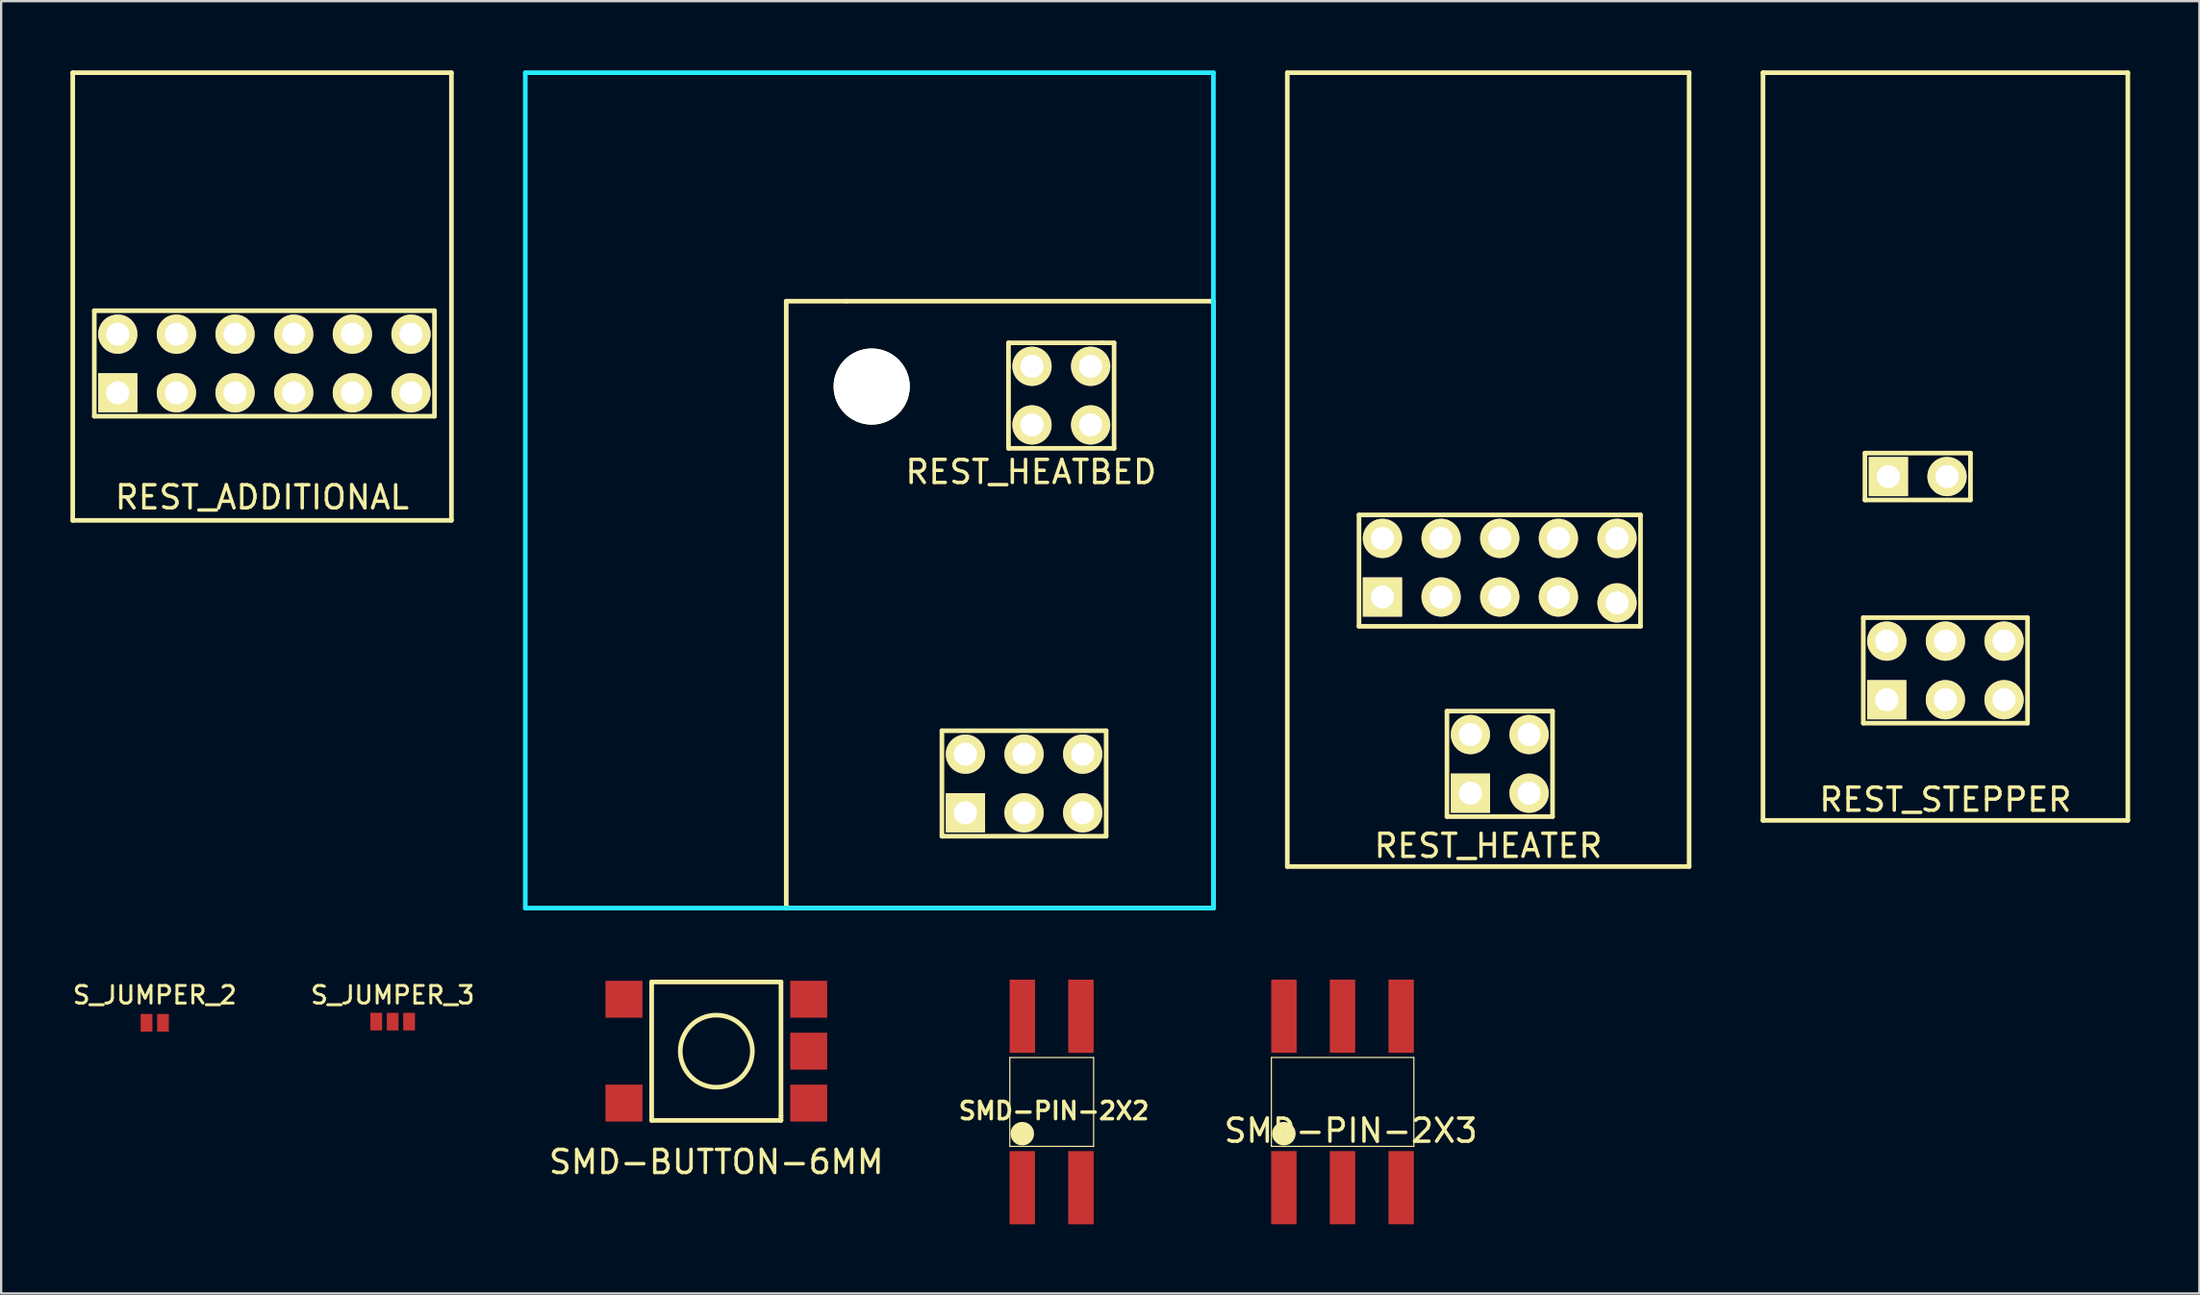
<source format=kicad_pcb>
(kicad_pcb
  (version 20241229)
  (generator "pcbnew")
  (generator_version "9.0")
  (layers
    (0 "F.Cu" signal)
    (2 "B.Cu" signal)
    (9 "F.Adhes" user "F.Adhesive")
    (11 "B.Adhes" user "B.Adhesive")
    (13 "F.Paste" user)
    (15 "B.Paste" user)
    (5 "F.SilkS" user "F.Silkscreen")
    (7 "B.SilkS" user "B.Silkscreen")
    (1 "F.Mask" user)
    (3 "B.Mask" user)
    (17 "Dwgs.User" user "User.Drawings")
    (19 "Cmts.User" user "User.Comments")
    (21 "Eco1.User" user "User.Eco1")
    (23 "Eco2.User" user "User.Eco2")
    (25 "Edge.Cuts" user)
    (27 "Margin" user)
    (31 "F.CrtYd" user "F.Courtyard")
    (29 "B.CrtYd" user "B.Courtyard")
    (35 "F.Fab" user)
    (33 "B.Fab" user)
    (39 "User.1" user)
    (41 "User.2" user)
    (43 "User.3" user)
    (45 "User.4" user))
  (footprint "SMD-PIN-2X2"
    (layer "F.Cu")
    (at 42.472 44.525)
    (property "Reference" "SMD-PIN-2X2" (at 0.12 0.56 0) (layer "F.SilkS") (effects (font (size 0.75 0.75) (thickness 0.15))))
    (attr through_hole)
    (fp_line (start -1.79 -1.75) (end -1.79 2.1) (stroke (width 0.05) (type solid)) (layer "F.SilkS"))
    (fp_line (start 1.84 -1.75) (end -1.79 -1.75) (stroke (width 0.05) (type solid)) (layer "F.SilkS"))
    (fp_line (start 1.84 -1.75) (end 1.84 2.1) (stroke (width 0.05) (type solid)) (layer "F.SilkS"))
    (fp_line (start 1.84 2.1) (end -1.79 2.1) (stroke (width 0.05) (type solid)) (layer "F.SilkS"))
    (fp_circle (center -1.25 1.55) (end -1.25 1.54) (stroke (width 0.5) (type solid)) (fill no) (layer "F.SilkS"))
    (pad "1" smd rect (at -1.25 3.89) (size 1.1 3.17) (layers "F.Cu" "F.Mask" "F.Paste"))
    (pad "2" smd rect (at -1.247 -3.539) (size 1.1 3.17) (layers "F.Cu" "F.Mask" "F.Paste"))
    (pad "3" smd rect (at 1.29 3.89) (size 1.1 3.17) (layers "F.Cu" "F.Mask" "F.Paste"))
    (pad "4" smd rect (at 1.29 -3.539) (size 1.1 3.17) (layers "F.Cu" "F.Mask" "F.Paste")))
  (footprint "SMD-PIN-2X3"
    (layer "F.Cu")
    (at 57.63 44.694)
    (property "Reference" "SMD-PIN-2X3" (at -2.18 1.25 0) (layer "F.SilkS") (effects (font (size 1 1) (thickness 0.15))))
    (attr through_hole)
    (fp_line (start -5.62 -1.92) (end -5.62 1.93) (stroke (width 0.05) (type solid)) (layer "F.SilkS"))
    (fp_line (start -5.62 -1.92) (end 0.55 -1.92) (stroke (width 0.05) (type solid)) (layer "F.SilkS"))
    (fp_line (start 0.55 -1.92) (end 0.55 1.93) (stroke (width 0.05) (type solid)) (layer "F.SilkS"))
    (fp_line (start 0.55 1.93) (end -5.62 1.93) (stroke (width 0.05) (type solid)) (layer "F.SilkS"))
    (fp_circle (center -5.08 1.38) (end -5.08 1.37) (stroke (width 0.5) (type solid)) (fill no) (layer "F.SilkS"))
    (pad "1" smd rect (at -5.08 3.72) (size 1.1 3.17) (layers "F.Cu" "F.Mask" "F.Paste"))
    (pad "2" smd rect (at -5.077 -3.709) (size 1.1 3.17) (layers "F.Cu" "F.Mask" "F.Paste"))
    (pad "3" smd rect (at -2.54 3.72) (size 1.1 3.17) (layers "F.Cu" "F.Mask" "F.Paste"))
    (pad "4" smd rect (at -2.54 -3.709) (size 1.1 3.17) (layers "F.Cu" "F.Mask" "F.Paste"))
    (pad "5" smd rect (at 0 3.72) (size 1.1 3.17) (layers "F.Cu" "F.Mask" "F.Paste"))
    (pad "6" smd rect (at 0 -3.709) (size 1.1 3.17) (layers "F.Cu" "F.Mask" "F.Paste")))
  (footprint "SMD-BUTTON-6MM"
    (layer "F.Cu")
    (at 27.972 42.5)
    (property "Reference" "SMD-BUTTON-6MM" (at 0 4.8 0) (layer "F.SilkS") (effects (font (size 1 1) (thickness 0.15))))
    (attr through_hole)
    (fp_line (start -2.8 -3) (end 2.8 -3) (stroke (width 0.2) (type solid)) (layer "F.SilkS"))
    (fp_line (start -2.8 3) (end -2.8 -3) (stroke (width 0.2) (type solid)) (layer "F.SilkS"))
    (fp_line (start 2.8 -3) (end 2.8 2.8) (stroke (width 0.2) (type solid)) (layer "F.SilkS"))
    (fp_line (start 2.8 2.8) (end 2.8 3) (stroke (width 0.2) (type solid)) (layer "F.SilkS"))
    (fp_line (start 2.8 3) (end -2.8 3) (stroke (width 0.2) (type solid)) (layer "F.SilkS"))
    (fp_circle (center 0 0) (end 1.2 -1) (stroke (width 0.2) (type solid)) (fill no) (layer "F.SilkS"))
    (pad "" smd rect (at 4 0) (size 1.6 1.6) (layers "F.Cu" "F.Mask" "F.Paste"))
    (pad "1" smd rect (at -4 -2.25) (size 1.6 1.6) (layers "F.Cu" "F.Mask" "F.Paste"))
    (pad "2" smd rect (at 4 -2.25) (size 1.6 1.6) (layers "F.Cu" "F.Mask" "F.Paste"))
    (pad "3" smd rect (at 4 2.25) (size 1.6 1.6) (layers "F.Cu" "F.Mask" "F.Paste"))
    (pad "4" smd rect (at -4 2.25) (size 1.6 1.6) (layers "F.Cu" "F.Mask" "F.Paste")))
  (footprint "REST_HEATBED"
    (layer "F.Cu")
    (at 34.6 18.2)
    (property "Reference" "REST_HEATBED" (at 7 -0.8 0) (layer "F.SilkS") (effects (font (size 1 1) (thickness 0.15))))
    (attr through_hole)
    (fp_line (start -3.6 -8.2) (end -3.6 18) (stroke (width 0.2) (type solid)) (layer "F.SilkS"))
    (fp_line (start -3.6 18.1) (end -3.6 18) (stroke (width 0.2) (type solid)) (layer "F.SilkS"))
    (fp_line (start -1 -8.2) (end -3.6 -8.2) (stroke (width 0.2) (type solid)) (layer "F.SilkS"))
    (fp_line (start 3.142 10.414) (end 10.254 10.414) (stroke (width 0.2) (type solid)) (layer "F.SilkS"))
    (fp_line (start 3.142 14.986) (end 3.142 10.414) (stroke (width 0.2) (type solid)) (layer "F.SilkS"))
    (fp_line (start 6.026 -6.394) (end 10.09 -6.394) (stroke (width 0.2) (type solid)) (layer "F.SilkS"))
    (fp_line (start 6.026 -5.378) (end 6.026 -6.394) (stroke (width 0.2) (type solid)) (layer "F.SilkS"))
    (fp_line (start 6.026 -1.822) (end 6.026 -5.378) (stroke (width 0.2) (type solid)) (layer "F.SilkS"))
    (fp_line (start 10.09 -6.394) (end 10.598 -6.394) (stroke (width 0.2) (type solid)) (layer "F.SilkS"))
    (fp_line (start 10.254 10.414) (end 10.254 14.986) (stroke (width 0.2) (type solid)) (layer "F.SilkS"))
    (fp_line (start 10.254 14.986) (end 3.142 14.986) (stroke (width 0.2) (type solid)) (layer "F.SilkS"))
    (fp_line (start 10.598 -6.394) (end 10.598 -1.822) (stroke (width 0.2) (type solid)) (layer "F.SilkS"))
    (fp_line (start 10.598 -1.822) (end 6.026 -1.822) (stroke (width 0.2) (type solid)) (layer "F.SilkS"))
    (fp_line (start 14.8 -8.2) (end -1 -8.2) (stroke (width 0.2) (type solid)) (layer "F.SilkS"))
    (fp_line (start 14.8 -8.2) (end 14.9 -8.2) (stroke (width 0.2) (type solid)) (layer "F.SilkS"))
    (fp_line (start 14.9 -8.2) (end 14.9 18.1) (stroke (width 0.2) (type solid)) (layer "F.SilkS"))
    (fp_line (start 14.9 18.1) (end -3.6 18.1) (stroke (width 0.2) (type solid)) (layer "F.SilkS"))
    (fp_line (start -14.9 -18.1) (end 14.9 -18.1) (stroke (width 0.2) (type solid)) (layer "B.CrtYd"))
    (fp_line (start -14.9 18.1) (end -14.9 -18.1) (stroke (width 0.2) (type solid)) (layer "B.CrtYd"))
    (fp_line (start -3.6 18.1) (end -14.9 18.1) (stroke (width 0.2) (type solid)) (layer "B.CrtYd"))
    (fp_line (start 14.9 -18.1) (end 14.9 -8.2) (stroke (width 0.2) (type solid)) (layer "B.CrtYd"))
    (fp_line (start 14.9 -8.2) (end 14.9 18.1) (stroke (width 0.2) (type solid)) (layer "B.CrtYd"))
    (fp_line (start 14.9 18.1) (end -3.6 18.1) (stroke (width 0.2) (type solid)) (layer "B.CrtYd"))
    (pad "" np_thru_hole circle (at 0.1 -4.5) (size 3.3 3.3) (drill 3.3) (layers "*.Cu" "*.Mask" "F.SilkS"))
    (pad "" np_thru_hole circle (at 7.042 -5.378) (size 1.7 1.7) (drill 1) (layers "*.Cu" "*.Mask" "F.SilkS"))
    (pad "" np_thru_hole circle (at 7.042 -2.838) (size 1.7 1.7) (drill 1) (layers "*.Cu" "*.Mask" "F.SilkS"))
    (pad "" np_thru_hole circle (at 9.582 -5.378) (size 1.7 1.7) (drill 1) (layers "*.Cu" "*.Mask" "F.SilkS"))
    (pad "" np_thru_hole circle (at 9.582 -2.838) (size 1.7 1.7) (drill 1) (layers "*.Cu" "*.Mask" "F.SilkS"))
    (pad "1" thru_hole rect (at 4.16 13.97) (size 1.7 1.7) (drill 1) (layers "*.Cu" "*.Mask" "F.SilkS"))
    (pad "2" thru_hole circle (at 4.16 11.43) (size 1.7 1.7) (drill 1) (layers "*.Cu" "*.Mask" "F.SilkS"))
    (pad "3" thru_hole circle (at 6.698 13.97) (size 1.7 1.7) (drill 1) (layers "*.Cu" "*.Mask" "F.SilkS"))
    (pad "4" thru_hole circle (at 6.698 11.43) (size 1.7 1.7) (drill 1) (layers "*.Cu" "*.Mask" "F.SilkS"))
    (pad "5" thru_hole circle (at 9.238 13.97) (size 1.7 1.7) (drill 1) (layers "*.Cu" "*.Mask" "F.SilkS"))
    (pad "6" thru_hole circle (at 9.238 11.43) (size 1.7 1.7) (drill 1) (layers "*.Cu" "*.Mask" "F.SilkS")))
  (footprint "REST_STEPPER"
    (layer "F.Cu")
    (at 81.2 16.3)
    (property "Reference" "REST_STEPPER" (at 0 15.3 0) (layer "F.SilkS") (effects (font (size 1 1) (thickness 0.15))))
    (attr through_hole)
    (fp_line (start -7.9 -16.2) (end -7.9 16.2) (stroke (width 0.2) (type solid)) (layer "F.SilkS"))
    (fp_line (start -7.9 16.2) (end 7.9 16.2) (stroke (width 0.2) (type solid)) (layer "F.SilkS"))
    (fp_line (start -3.556 7.414) (end 3.556 7.414) (stroke (width 0.2) (type solid)) (layer "F.SilkS"))
    (fp_line (start -3.556 11.986) (end -3.556 7.414) (stroke (width 0.2) (type solid)) (layer "F.SilkS"))
    (fp_line (start -3.486 0.284) (end 1.086 0.284) (stroke (width 0.2) (type solid)) (layer "F.SilkS"))
    (fp_line (start -3.486 2.316) (end -3.486 0.284) (stroke (width 0.2) (type solid)) (layer "F.SilkS"))
    (fp_line (start 1.086 0.284) (end 1.086 2.316) (stroke (width 0.2) (type solid)) (layer "F.SilkS"))
    (fp_line (start 1.086 2.316) (end -3.486 2.316) (stroke (width 0.2) (type solid)) (layer "F.SilkS"))
    (fp_line (start 3.556 7.414) (end 3.556 11.986) (stroke (width 0.2) (type solid)) (layer "F.SilkS"))
    (fp_line (start 3.556 11.986) (end -3.556 11.986) (stroke (width 0.2) (type solid)) (layer "F.SilkS"))
    (fp_line (start 7.9 -16.2) (end -7.9 -16.2) (stroke (width 0.2) (type solid)) (layer "F.SilkS"))
    (fp_line (start 7.9 16.2) (end 7.9 -16.2) (stroke (width 0.2) (type solid)) (layer "F.SilkS"))
    (pad "1" thru_hole rect (at -2.54 10.97) (size 1.7 1.7) (drill 1) (layers "*.Cu" "*.Mask" "F.SilkS"))
    (pad "2" thru_hole circle (at -2.54 8.43) (size 1.7 1.7) (drill 1) (layers "*.Cu" "*.Mask" "F.SilkS"))
    (pad "3" thru_hole circle (at 0 10.97) (size 1.7 1.7) (drill 1) (layers "*.Cu" "*.Mask" "F.SilkS"))
    (pad "4" thru_hole circle (at 0 8.43) (size 1.7 1.7) (drill 1) (layers "*.Cu" "*.Mask" "F.SilkS"))
    (pad "5" thru_hole circle (at 2.54 10.97) (size 1.7 1.7) (drill 1) (layers "*.Cu" "*.Mask" "F.SilkS"))
    (pad "6" thru_hole circle (at 2.54 8.43) (size 1.7 1.7) (drill 1) (layers "*.Cu" "*.Mask" "F.SilkS"))
    (pad "7" thru_hole rect (at -2.47 1.3) (size 1.7 1.7) (drill 1) (layers "*.Cu" "*.Mask" "F.SilkS"))
    (pad "8" thru_hole circle (at 0.07 1.3) (size 1.7 1.7) (drill 1) (layers "*.Cu" "*.Mask" "F.SilkS")))
  (footprint "REST_ADDITIONAL"
    (layer "F.Cu")
    (at 8.3 9.8)
    (property "Reference" "REST_ADDITIONAL" (at 0 8.7 0) (layer "F.SilkS") (effects (font (size 1 1) (thickness 0.15))))
    (attr through_hole)
    (fp_line (start -8.2 9.7) (end -8.2 -9.7) (stroke (width 0.2) (type solid)) (layer "F.SilkS"))
    (fp_line (start -7.266 0.614) (end -7.266 5.186) (stroke (width 0.2) (type solid)) (layer "F.SilkS"))
    (fp_line (start -7.266 0.614) (end 7.466 0.614) (stroke (width 0.2) (type solid)) (layer "F.SilkS"))
    (fp_line (start -7.266 5.186) (end 7.466 5.186) (stroke (width 0.2) (type solid)) (layer "F.SilkS"))
    (fp_line (start 7.466 0.614) (end 7.466 5.186) (stroke (width 0.2) (type solid)) (layer "F.SilkS"))
    (fp_line (start 8.2 -9.7) (end -8.2 -9.7) (stroke (width 0.2) (type solid)) (layer "F.SilkS"))
    (fp_line (start 8.2 9.7) (end -8.2 9.7) (stroke (width 0.2) (type solid)) (layer "F.SilkS"))
    (fp_line (start 8.2 9.7) (end 8.2 -9.7) (stroke (width 0.2) (type solid)) (layer "F.SilkS"))
    (pad "1" thru_hole rect (at -6.25 4.17) (size 1.7 1.7) (drill 1) (layers "*.Cu" "*.Mask" "F.SilkS"))
    (pad "2" thru_hole circle (at -6.25 1.63) (size 1.7 1.7) (drill 1) (layers "*.Cu" "*.Mask" "F.SilkS"))
    (pad "3" thru_hole circle (at -3.71 4.17) (size 1.7 1.7) (drill 1) (layers "*.Cu" "*.Mask" "F.SilkS"))
    (pad "4" thru_hole circle (at -3.71 1.63) (size 1.7 1.7) (drill 1) (layers "*.Cu" "*.Mask" "F.SilkS"))
    (pad "5" thru_hole circle (at -1.17 4.17) (size 1.7 1.7) (drill 1) (layers "*.Cu" "*.Mask" "F.SilkS"))
    (pad "6" thru_hole circle (at -1.17 1.63) (size 1.7 1.7) (drill 1) (layers "*.Cu" "*.Mask" "F.SilkS"))
    (pad "7" thru_hole circle (at 1.37 4.17) (size 1.7 1.7) (drill 1) (layers "*.Cu" "*.Mask" "F.SilkS"))
    (pad "8" thru_hole circle (at 1.37 1.63) (size 1.7 1.7) (drill 1) (layers "*.Cu" "*.Mask" "F.SilkS"))
    (pad "9" thru_hole circle (at 3.91 4.17) (size 1.7 1.7) (drill 1) (layers "*.Cu" "*.Mask" "F.SilkS"))
    (pad "10" thru_hole circle (at 3.91 1.63) (size 1.7 1.7) (drill 1) (layers "*.Cu" "*.Mask" "F.SilkS"))
    (pad "11" thru_hole circle (at 6.45 4.17) (size 1.7 1.7) (drill 1) (layers "*.Cu" "*.Mask" "F.SilkS"))
    (pad "12" thru_hole circle (at 6.45 1.63) (size 1.7 1.7) (drill 1) (layers "*.Cu" "*.Mask" "F.SilkS")))
  (footprint "S_JUMPER_3"
    (layer "F.Cu")
    (at 13.956 41.219)
    (property "Reference" "S_JUMPER_3" (at 0 -1.15 0) (layer "F.SilkS") (effects (font (size 0.762 0.762) (thickness 0.127))))
    (attr through_hole)
    (pad "1" smd rect (at -0.711 0) (size 0.508 0.762) (layers "F.Cu" "F.Mask" "F.Paste"))
    (pad "2" smd rect (at 0 0) (size 0.508 0.762) (layers "F.Cu" "F.Mask" "F.Paste"))
    (pad "3" smd rect (at 0.711 0) (size 0.508 0.762) (layers "F.Cu" "F.Mask" "F.Paste")))
  (footprint "REST_HEATER"
    (layer "F.Cu")
    (at 61.4 17.3)
    (property "Reference" "REST_HEATER" (at 0 16.3 0) (layer "F.SilkS") (effects (font (size 1 1) (thickness 0.15))))
    (attr through_hole)
    (fp_line (start -8.7 -17.2) (end -8.7 17.2) (stroke (width 0.2) (type solid)) (layer "F.SilkS"))
    (fp_line (start -8.7 17.2) (end 8.7 17.2) (stroke (width 0.2) (type solid)) (layer "F.SilkS"))
    (fp_line (start -5.596 1.964) (end 6.596 1.964) (stroke (width 0.2) (type solid)) (layer "F.SilkS"))
    (fp_line (start -5.596 6.79) (end -5.596 1.964) (stroke (width 0.2) (type solid)) (layer "F.SilkS"))
    (fp_line (start -1.786 10.464) (end 2.786 10.464) (stroke (width 0.2) (type solid)) (layer "F.SilkS"))
    (fp_line (start -1.786 15.036) (end -1.786 10.464) (stroke (width 0.2) (type solid)) (layer "F.SilkS"))
    (fp_line (start 2.786 10.464) (end 2.786 15.036) (stroke (width 0.2) (type solid)) (layer "F.SilkS"))
    (fp_line (start 2.786 15.036) (end -1.786 15.036) (stroke (width 0.2) (type solid)) (layer "F.SilkS"))
    (fp_line (start 6.596 1.964) (end 6.596 6.79) (stroke (width 0.2) (type solid)) (layer "F.SilkS"))
    (fp_line (start 6.596 6.79) (end -5.596 6.79) (stroke (width 0.2) (type solid)) (layer "F.SilkS"))
    (fp_line (start 8.7 -17.2) (end -8.7 -17.2) (stroke (width 0.2) (type solid)) (layer "F.SilkS"))
    (fp_line (start 8.7 -17.2) (end 8.7 17.2) (stroke (width 0.2) (type solid)) (layer "F.SilkS"))
    (pad "1" thru_hole rect (at -0.77 14.02) (size 1.7 1.7) (drill 1) (layers "*.Cu" "*.Mask" "F.SilkS"))
    (pad "2" thru_hole circle (at -0.77 11.48) (size 1.7 1.7) (drill 1) (layers "*.Cu" "*.Mask" "F.SilkS"))
    (pad "3" thru_hole circle (at 1.77 14.02) (size 1.7 1.7) (drill 1) (layers "*.Cu" "*.Mask" "F.SilkS"))
    (pad "4" thru_hole circle (at 1.77 11.48) (size 1.7 1.7) (drill 1) (layers "*.Cu" "*.Mask" "F.SilkS"))
    (pad "5" thru_hole rect (at -4.58 5.52) (size 1.7 1.7) (drill 1) (layers "*.Cu" "*.Mask" "F.SilkS"))
    (pad "6" thru_hole circle (at -4.58 2.98) (size 1.7 1.7) (drill 1) (layers "*.Cu" "*.Mask" "F.SilkS"))
    (pad "7" thru_hole circle (at -2.04 5.52) (size 1.7 1.7) (drill 1) (layers "*.Cu" "*.Mask" "F.SilkS"))
    (pad "8" thru_hole circle (at -2.04 2.98) (size 1.7 1.7) (drill 1) (layers "*.Cu" "*.Mask" "F.SilkS"))
    (pad "9" thru_hole circle (at 0.5 5.52) (size 1.7 1.7) (drill 1) (layers "*.Cu" "*.Mask" "F.SilkS"))
    (pad "10" thru_hole circle (at 0.5 2.98) (size 1.7 1.7) (drill 1) (layers "*.Cu" "*.Mask" "F.SilkS"))
    (pad "11" thru_hole circle (at 3.04 5.52) (size 1.7 1.7) (drill 1) (layers "*.Cu" "*.Mask" "F.SilkS"))
    (pad "12" thru_hole circle (at 3.04 2.98) (size 1.7 1.7) (drill 1) (layers "*.Cu" "*.Mask" "F.SilkS"))
    (pad "13" thru_hole circle (at 5.58 5.774) (size 1.7 1.7) (drill 1) (layers "*.Cu" "*.Mask" "F.SilkS"))
    (pad "14" thru_hole circle (at 5.58 2.98) (size 1.7 1.7) (drill 1) (layers "*.Cu" "*.Mask" "F.SilkS")))
  (footprint "S_JUMPER_2"
    (layer "F.Cu")
    (at 3.652 41.269)
    (property "Reference" "S_JUMPER_2" (at 0 -1.2 0) (layer "F.SilkS") (effects (font (size 0.762 0.762) (thickness 0.127))))
    (attr through_hole)
    (pad "1" smd rect (at -0.356 0) (size 0.508 0.762) (layers "F.Cu" "F.Mask" "F.Paste"))
    (pad "2" smd rect (at 0.356 0) (size 0.508 0.762) (layers "F.Cu" "F.Mask" "F.Paste")))
  (gr_rect
    (start -3 -3)
    (end 92.2 52.999)
    (stroke (width 0.1) (type default))
    (fill no)
    (layer "Edge.Cuts")))
</source>
